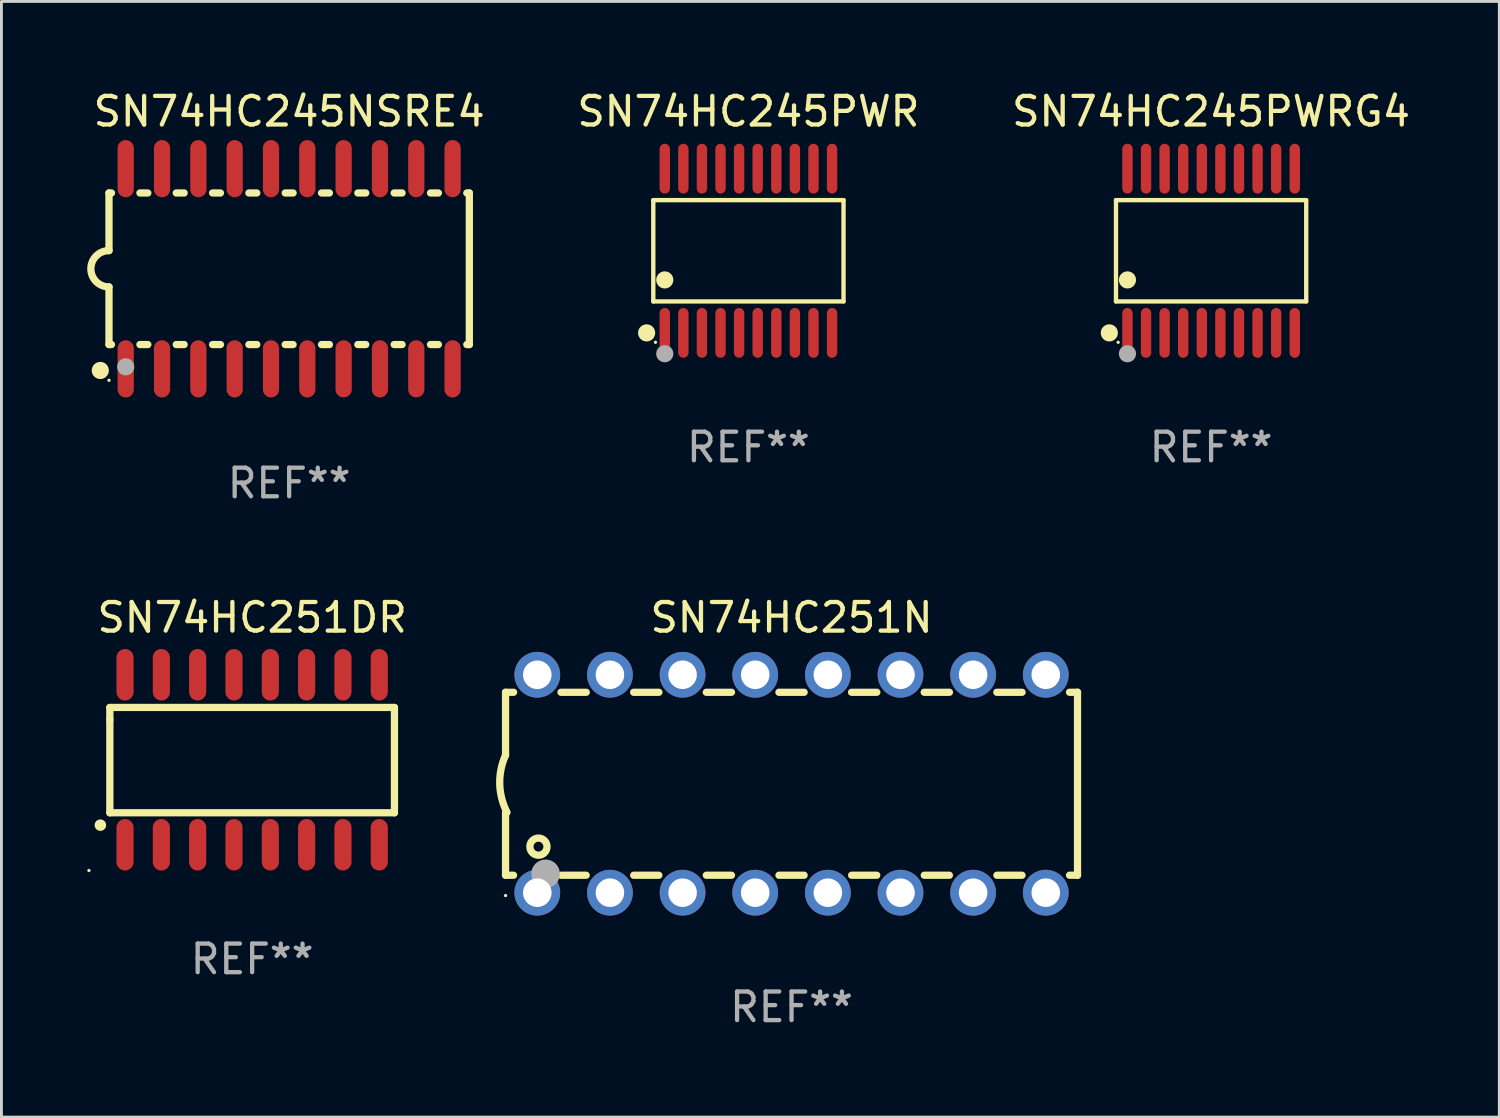
<source format=kicad_pcb>
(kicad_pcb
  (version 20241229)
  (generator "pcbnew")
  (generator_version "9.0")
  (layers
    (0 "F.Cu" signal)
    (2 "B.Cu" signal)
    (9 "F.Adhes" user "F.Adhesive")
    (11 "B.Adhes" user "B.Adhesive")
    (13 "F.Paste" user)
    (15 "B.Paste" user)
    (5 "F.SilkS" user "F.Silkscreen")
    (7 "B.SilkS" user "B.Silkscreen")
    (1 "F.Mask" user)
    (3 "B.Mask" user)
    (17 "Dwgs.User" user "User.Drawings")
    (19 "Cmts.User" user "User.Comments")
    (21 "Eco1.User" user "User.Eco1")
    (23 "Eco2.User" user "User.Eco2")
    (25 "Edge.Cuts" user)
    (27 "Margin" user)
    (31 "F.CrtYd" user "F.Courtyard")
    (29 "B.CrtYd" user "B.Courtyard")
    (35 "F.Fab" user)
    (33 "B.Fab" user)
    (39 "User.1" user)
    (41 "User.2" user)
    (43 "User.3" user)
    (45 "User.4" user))
  (footprint "SN74HC251DR"
    (layer "F.Cu")
    (at 5.767 23.517)
    (property "Reference" "SN74HC251DR" (at 0 -4.972 0) (layer "F.SilkS") (effects (font (size 1 1) (thickness 0.15))))
    (attr through_hole)
    (fp_line (start -4.976 -1.829) (end -4.976 -1.4) (stroke (width 0.254) (type solid)) (layer "F.SilkS"))
    (fp_line (start -4.976 -1.4) (end -4.976 1.854) (stroke (width 0.254) (type solid)) (layer "F.SilkS"))
    (fp_line (start -4.976 1.854) (end 4.976 1.854) (stroke (width 0.254) (type solid)) (layer "F.SilkS"))
    (fp_line (start 4.976 -1.829) (end -4.976 -1.829) (stroke (width 0.254) (type solid)) (layer "F.SilkS"))
    (fp_line (start 4.976 1.854) (end 4.976 -1.829) (stroke (width 0.254) (type solid)) (layer "F.SilkS"))
    (fp_arc (start -5.308611 2.286005) (mid -5.307341 2.286001) (end -5.306071 2.286005) (stroke (width 0.4) (type solid)) (layer "F.SilkS"))
    (fp_circle (center -5.707 3.872) (end -5.677 3.872) (stroke (width 0.06) (type solid)) (fill no) (layer "F.SilkS"))
    (fp_text user "REF**" (at 0 6.972 0) (layer "F.Fab") (effects (font (size 1 1) (thickness 0.15))))
    (pad "1" smd oval (at -4.445 2.972 180) (size 0.6 1.8) (layers "F.Cu" "F.Mask" "F.Paste"))
    (pad "2" smd oval (at -3.175 2.972 180) (size 0.6 1.8) (layers "F.Cu" "F.Mask" "F.Paste"))
    (pad "3" smd oval (at -1.905 2.972 180) (size 0.6 1.8) (layers "F.Cu" "F.Mask" "F.Paste"))
    (pad "4" smd oval (at -0.635 2.972 180) (size 0.6 1.8) (layers "F.Cu" "F.Mask" "F.Paste"))
    (pad "5" smd oval (at 0.635 2.972 180) (size 0.6 1.8) (layers "F.Cu" "F.Mask" "F.Paste"))
    (pad "6" smd oval (at 1.905 2.972 180) (size 0.6 1.8) (layers "F.Cu" "F.Mask" "F.Paste"))
    (pad "7" smd oval (at 3.175 2.972 180) (size 0.6 1.8) (layers "F.Cu" "F.Mask" "F.Paste"))
    (pad "8" smd oval (at 4.445 2.972 180) (size 0.6 1.8) (layers "F.Cu" "F.Mask" "F.Paste"))
    (pad "9" smd oval (at 4.445 -2.972 180) (size 0.6 1.8) (layers "F.Cu" "F.Mask" "F.Paste"))
    (pad "10" smd oval (at 3.175 -2.972 180) (size 0.6 1.8) (layers "F.Cu" "F.Mask" "F.Paste"))
    (pad "11" smd oval (at 1.905 -2.972 180) (size 0.6 1.8) (layers "F.Cu" "F.Mask" "F.Paste"))
    (pad "12" smd oval (at 0.635 -2.972 180) (size 0.6 1.8) (layers "F.Cu" "F.Mask" "F.Paste"))
    (pad "13" smd oval (at -0.635 -2.972 180) (size 0.6 1.8) (layers "F.Cu" "F.Mask" "F.Paste"))
    (pad "14" smd oval (at -1.905 -2.972 180) (size 0.6 1.8) (layers "F.Cu" "F.Mask" "F.Paste"))
    (pad "15" smd oval (at -3.175 -2.972 180) (size 0.6 1.8) (layers "F.Cu" "F.Mask" "F.Paste"))
    (pad "16" smd oval (at -4.445 -2.972 180) (size 0.6 1.8) (layers "F.Cu" "F.Mask" "F.Paste")))
  (footprint "SN74HC245PWRG4"
    (layer "F.Cu")
    (at 39.299 5.719)
    (property "Reference" "SN74HC245PWRG4" (at 0 -4.871 0) (layer "F.SilkS") (effects (font (size 1 1) (thickness 0.15))))
    (attr through_hole)
    (fp_line (start -3.326 -1.771) (end 3.326 -1.771) (stroke (width 0.152) (type solid)) (layer "F.SilkS"))
    (fp_line (start -3.326 1.771) (end -3.326 -1.771) (stroke (width 0.152) (type solid)) (layer "F.SilkS"))
    (fp_line (start 3.326 -1.771) (end 3.326 1.771) (stroke (width 0.152) (type solid)) (layer "F.SilkS"))
    (fp_line (start 3.326 1.771) (end -3.326 1.771) (stroke (width 0.152) (type solid)) (layer "F.SilkS"))
    (fp_circle (center -3.559 2.871) (end -3.409 2.871) (stroke (width 0.3) (type solid)) (fill no) (layer "F.SilkS"))
    (fp_circle (center -3.25 3.2) (end -3.22 3.2) (stroke (width 0.06) (type solid)) (fill no) (layer "F.SilkS"))
    (fp_circle (center -2.925 1.019) (end -2.775 1.019) (stroke (width 0.3) (type solid)) (fill no) (layer "F.SilkS"))
    (fp_circle (center -2.925 3.6) (end -2.775 3.6) (stroke (width 0.3) (type solid)) (fill no) (layer "F.Fab"))
    (fp_text user "REF**" (at 0 6.871 0) (layer "F.Fab") (effects (font (size 1 1) (thickness 0.15))))
    (pad "1" smd oval (at -2.925 2.871) (size 0.364 1.742) (layers "F.Cu" "F.Mask" "F.Paste"))
    (pad "2" smd oval (at -2.275 2.871) (size 0.364 1.742) (layers "F.Cu" "F.Mask" "F.Paste"))
    (pad "3" smd oval (at -1.625 2.871) (size 0.364 1.742) (layers "F.Cu" "F.Mask" "F.Paste"))
    (pad "4" smd oval (at -0.975 2.871) (size 0.364 1.742) (layers "F.Cu" "F.Mask" "F.Paste"))
    (pad "5" smd oval (at -0.325 2.871) (size 0.364 1.742) (layers "F.Cu" "F.Mask" "F.Paste"))
    (pad "6" smd oval (at 0.325 2.871) (size 0.364 1.742) (layers "F.Cu" "F.Mask" "F.Paste"))
    (pad "7" smd oval (at 0.975 2.871) (size 0.364 1.742) (layers "F.Cu" "F.Mask" "F.Paste"))
    (pad "8" smd oval (at 1.625 2.871) (size 0.364 1.742) (layers "F.Cu" "F.Mask" "F.Paste"))
    (pad "9" smd oval (at 2.275 2.871) (size 0.364 1.742) (layers "F.Cu" "F.Mask" "F.Paste"))
    (pad "10" smd oval (at 2.925 2.871) (size 0.364 1.742) (layers "F.Cu" "F.Mask" "F.Paste"))
    (pad "11" smd oval (at 2.925 -2.871) (size 0.364 1.742) (layers "F.Cu" "F.Mask" "F.Paste"))
    (pad "12" smd oval (at 2.275 -2.871) (size 0.364 1.742) (layers "F.Cu" "F.Mask" "F.Paste"))
    (pad "13" smd oval (at 1.625 -2.871) (size 0.364 1.742) (layers "F.Cu" "F.Mask" "F.Paste"))
    (pad "14" smd oval (at 0.975 -2.871) (size 0.364 1.742) (layers "F.Cu" "F.Mask" "F.Paste"))
    (pad "15" smd oval (at 0.325 -2.871) (size 0.364 1.742) (layers "F.Cu" "F.Mask" "F.Paste"))
    (pad "16" smd oval (at -0.325 -2.871) (size 0.364 1.742) (layers "F.Cu" "F.Mask" "F.Paste"))
    (pad "17" smd oval (at -0.975 -2.871) (size 0.364 1.742) (layers "F.Cu" "F.Mask" "F.Paste"))
    (pad "18" smd oval (at -1.625 -2.871) (size 0.364 1.742) (layers "F.Cu" "F.Mask" "F.Paste"))
    (pad "19" smd oval (at -2.275 -2.871) (size 0.364 1.742) (layers "F.Cu" "F.Mask" "F.Paste"))
    (pad "20" smd oval (at -2.925 -2.871) (size 0.364 1.742) (layers "F.Cu" "F.Mask" "F.Paste")))
  (footprint "SN74HC251N"
    (layer "F.Cu")
    (at 24.628 24.355)
    (property "Reference" "SN74HC251N" (at 0 -5.81 0) (layer "F.SilkS") (effects (font (size 1 1) (thickness 0.15))))
    (attr through_hole)
    (fp_line (start -10 -3.198) (end -9.719 -3.198) (stroke (width 0.254) (type solid)) (layer "F.SilkS"))
    (fp_line (start -10 -0.998) (end -10 -3.198) (stroke (width 0.254) (type solid)) (layer "F.SilkS"))
    (fp_line (start -10 3.2) (end -10 1) (stroke (width 0.254) (type solid)) (layer "F.SilkS"))
    (fp_line (start -10 3.2) (end -9.721 3.2) (stroke (width 0.254) (type solid)) (layer "F.SilkS"))
    (fp_line (start -8.061 -3.198) (end -7.179 -3.198) (stroke (width 0.254) (type solid)) (layer "F.SilkS"))
    (fp_line (start -8.059 3.2) (end -7.181 3.2) (stroke (width 0.254) (type solid)) (layer "F.SilkS"))
    (fp_line (start -5.521 -3.198) (end -4.639 -3.198) (stroke (width 0.254) (type solid)) (layer "F.SilkS"))
    (fp_line (start -5.519 3.2) (end -4.641 3.2) (stroke (width 0.254) (type solid)) (layer "F.SilkS"))
    (fp_line (start -2.981 -3.198) (end -2.099 -3.198) (stroke (width 0.254) (type solid)) (layer "F.SilkS"))
    (fp_line (start -2.979 3.2) (end -2.101 3.2) (stroke (width 0.254) (type solid)) (layer "F.SilkS"))
    (fp_line (start -0.441 -3.198) (end 0.441 -3.198) (stroke (width 0.254) (type solid)) (layer "F.SilkS"))
    (fp_line (start -0.439 3.2) (end 0.439 3.2) (stroke (width 0.254) (type solid)) (layer "F.SilkS"))
    (fp_line (start 2.099 -3.198) (end 2.981 -3.198) (stroke (width 0.254) (type solid)) (layer "F.SilkS"))
    (fp_line (start 2.101 3.2) (end 2.979 3.2) (stroke (width 0.254) (type solid)) (layer "F.SilkS"))
    (fp_line (start 4.639 -3.198) (end 5.521 -3.198) (stroke (width 0.254) (type solid)) (layer "F.SilkS"))
    (fp_line (start 4.641 3.2) (end 5.519 3.2) (stroke (width 0.254) (type solid)) (layer "F.SilkS"))
    (fp_line (start 7.179 -3.198) (end 8.061 -3.198) (stroke (width 0.254) (type solid)) (layer "F.SilkS"))
    (fp_line (start 7.181 3.2) (end 8.059 3.2) (stroke (width 0.254) (type solid)) (layer "F.SilkS"))
    (fp_line (start 9.719 -3.198) (end 10 -3.198) (stroke (width 0.254) (type solid)) (layer "F.SilkS"))
    (fp_line (start 9.721 3.2) (end 10 3.2) (stroke (width 0.254) (type solid)) (layer "F.SilkS"))
    (fp_line (start 10 3.2) (end 10 -3.2) (stroke (width 0.254) (type solid)) (layer "F.SilkS"))
    (fp_arc (start -9.949962 1) (mid -10.203153 0.005709) (end -10 -1) (stroke (width 0.254001) (type solid)) (layer "F.SilkS"))
    (fp_circle (center -10 3.91) (end -9.97 3.91) (stroke (width 0.06) (type solid)) (fill no) (layer "F.SilkS"))
    (fp_circle (center -8.85 2.2) (end -8.55 2.2) (stroke (width 0.254) (type solid)) (fill no) (layer "F.SilkS"))
    (fp_circle (center -8.6 3.15) (end -8.35 3.15) (stroke (width 0.5) (type solid)) (fill no) (layer "F.Fab"))
    (fp_text user "REF**" (at 0 7.81 0) (layer "F.Fab") (effects (font (size 1 1) (thickness 0.15))))
    (pad "1" thru_hole circle (at -8.89 3.81) (size 1.6 1.6) (drill 1) (layers "*.Cu" "*.Mask"))
    (pad "2" thru_hole circle (at -6.35 3.81) (size 1.6 1.6) (drill 1) (layers "*.Cu" "*.Mask"))
    (pad "3" thru_hole circle (at -3.81 3.81) (size 1.6 1.6) (drill 1) (layers "*.Cu" "*.Mask"))
    (pad "4" thru_hole circle (at -1.27 3.81) (size 1.6 1.6) (drill 1) (layers "*.Cu" "*.Mask"))
    (pad "5" thru_hole circle (at 1.27 3.81) (size 1.6 1.6) (drill 1) (layers "*.Cu" "*.Mask"))
    (pad "6" thru_hole circle (at 3.81 3.81) (size 1.6 1.6) (drill 1) (layers "*.Cu" "*.Mask"))
    (pad "7" thru_hole circle (at 6.35 3.81) (size 1.6 1.6) (drill 1) (layers "*.Cu" "*.Mask"))
    (pad "8" thru_hole circle (at 8.89 3.81) (size 1.6 1.6) (drill 1) (layers "*.Cu" "*.Mask"))
    (pad "9" thru_hole circle (at 8.89 -3.81) (size 1.6 1.6) (drill 1) (layers "*.Cu" "*.Mask"))
    (pad "10" thru_hole circle (at 6.35 -3.81) (size 1.6 1.6) (drill 1) (layers "*.Cu" "*.Mask"))
    (pad "11" thru_hole circle (at 3.81 -3.81) (size 1.6 1.6) (drill 1) (layers "*.Cu" "*.Mask"))
    (pad "12" thru_hole circle (at 1.27 -3.81) (size 1.6 1.6) (drill 1) (layers "*.Cu" "*.Mask"))
    (pad "13" thru_hole circle (at -1.27 -3.81) (size 1.6 1.6) (drill 1) (layers "*.Cu" "*.Mask"))
    (pad "14" thru_hole circle (at -3.81 -3.81) (size 1.6 1.6) (drill 1) (layers "*.Cu" "*.Mask"))
    (pad "15" thru_hole circle (at -6.35 -3.81) (size 1.6 1.6) (drill 1) (layers "*.Cu" "*.Mask"))
    (pad "16" thru_hole circle (at -8.89 -3.81) (size 1.6 1.6) (drill 1) (layers "*.Cu" "*.Mask")))
  (footprint "SN74HC245NSRE4"
    (layer "F.Cu")
    (at 7.061 6.348)
    (property "Reference" "SN74HC245NSRE4" (at 0 -5.5 0) (layer "F.SilkS") (effects (font (size 1 1) (thickness 0.15))))
    (attr through_hole)
    (fp_line (start -6.3 -2.65) (end -6.3 -0.635) (stroke (width 0.254) (type solid)) (layer "F.SilkS"))
    (fp_line (start -6.3 -2.65) (end -6.212 -2.65) (stroke (width 0.254) (type solid)) (layer "F.SilkS"))
    (fp_line (start -6.3 2.65) (end -6.3 0.635) (stroke (width 0.254) (type solid)) (layer "F.SilkS"))
    (fp_line (start -6.3 2.65) (end -6.212 2.65) (stroke (width 0.254) (type solid)) (layer "F.SilkS"))
    (fp_line (start -5.218 -2.65) (end -4.942 -2.65) (stroke (width 0.254) (type solid)) (layer "F.SilkS"))
    (fp_line (start -5.218 2.65) (end -4.942 2.65) (stroke (width 0.254) (type solid)) (layer "F.SilkS"))
    (fp_line (start -3.948 -2.65) (end -3.672 -2.65) (stroke (width 0.254) (type solid)) (layer "F.SilkS"))
    (fp_line (start -3.948 2.65) (end -3.672 2.65) (stroke (width 0.254) (type solid)) (layer "F.SilkS"))
    (fp_line (start -2.678 -2.65) (end -2.402 -2.65) (stroke (width 0.254) (type solid)) (layer "F.SilkS"))
    (fp_line (start -2.678 2.65) (end -2.402 2.65) (stroke (width 0.254) (type solid)) (layer "F.SilkS"))
    (fp_line (start -1.408 -2.65) (end -1.132 -2.65) (stroke (width 0.254) (type solid)) (layer "F.SilkS"))
    (fp_line (start -1.408 2.65) (end -1.132 2.65) (stroke (width 0.254) (type solid)) (layer "F.SilkS"))
    (fp_line (start -0.138 -2.65) (end 0.138 -2.65) (stroke (width 0.254) (type solid)) (layer "F.SilkS"))
    (fp_line (start -0.138 2.65) (end 0.138 2.65) (stroke (width 0.254) (type solid)) (layer "F.SilkS"))
    (fp_line (start 1.132 -2.65) (end 1.408 -2.65) (stroke (width 0.254) (type solid)) (layer "F.SilkS"))
    (fp_line (start 1.132 2.65) (end 1.408 2.65) (stroke (width 0.254) (type solid)) (layer "F.SilkS"))
    (fp_line (start 2.402 -2.65) (end 2.678 -2.65) (stroke (width 0.254) (type solid)) (layer "F.SilkS"))
    (fp_line (start 2.402 2.65) (end 2.678 2.65) (stroke (width 0.254) (type solid)) (layer "F.SilkS"))
    (fp_line (start 3.672 -2.65) (end 3.948 -2.65) (stroke (width 0.254) (type solid)) (layer "F.SilkS"))
    (fp_line (start 3.672 2.65) (end 3.948 2.65) (stroke (width 0.254) (type solid)) (layer "F.SilkS"))
    (fp_line (start 4.942 -2.65) (end 5.218 -2.65) (stroke (width 0.254) (type solid)) (layer "F.SilkS"))
    (fp_line (start 4.942 2.65) (end 5.218 2.65) (stroke (width 0.254) (type solid)) (layer "F.SilkS"))
    (fp_line (start 6.212 -2.65) (end 6.3 -2.65) (stroke (width 0.254) (type solid)) (layer "F.SilkS"))
    (fp_line (start 6.212 2.65) (end 6.3 2.65) (stroke (width 0.254) (type solid)) (layer "F.SilkS"))
    (fp_line (start 6.3 -2.65) (end 6.3 2.65) (stroke (width 0.254) (type solid)) (layer "F.SilkS"))
    (fp_arc (start -6.299975 0.634874) (mid -6.933579 0.000127) (end -6.299213 -0.633858) (stroke (width 0.254001) (type solid)) (layer "F.SilkS"))
    (fp_circle (center -6.604 3.556) (end -6.454 3.556) (stroke (width 0.3) (type solid)) (fill no) (layer "F.SilkS"))
    (fp_circle (center -6.3 3.9) (end -6.27 3.9) (stroke (width 0.06) (type solid)) (fill no) (layer "F.SilkS"))
    (fp_circle (center -5.715 3.429) (end -5.565 3.429) (stroke (width 0.3) (type solid)) (fill no) (layer "F.Fab"))
    (fp_text user "REF**" (at 0 7.5 0) (layer "F.Fab") (effects (font (size 1 1) (thickness 0.15))))
    (pad "1" smd oval (at -5.715 3.5) (size 0.568 2) (layers "F.Cu" "F.Mask" "F.Paste"))
    (pad "2" smd oval (at -4.445 3.5) (size 0.568 2) (layers "F.Cu" "F.Mask" "F.Paste"))
    (pad "3" smd oval (at -3.175 3.5) (size 0.568 2) (layers "F.Cu" "F.Mask" "F.Paste"))
    (pad "4" smd oval (at -1.905 3.5) (size 0.568 2) (layers "F.Cu" "F.Mask" "F.Paste"))
    (pad "5" smd oval (at -0.635 3.5) (size 0.568 2) (layers "F.Cu" "F.Mask" "F.Paste"))
    (pad "6" smd oval (at 0.635 3.5) (size 0.568 2) (layers "F.Cu" "F.Mask" "F.Paste"))
    (pad "7" smd oval (at 1.905 3.5) (size 0.568 2) (layers "F.Cu" "F.Mask" "F.Paste"))
    (pad "8" smd oval (at 3.175 3.5) (size 0.568 2) (layers "F.Cu" "F.Mask" "F.Paste"))
    (pad "9" smd oval (at 4.445 3.5) (size 0.568 2) (layers "F.Cu" "F.Mask" "F.Paste"))
    (pad "10" smd oval (at 5.715 3.5) (size 0.568 2) (layers "F.Cu" "F.Mask" "F.Paste"))
    (pad "11" smd oval (at 5.715 -3.5) (size 0.568 2) (layers "F.Cu" "F.Mask" "F.Paste"))
    (pad "12" smd oval (at 4.445 -3.5) (size 0.568 2) (layers "F.Cu" "F.Mask" "F.Paste"))
    (pad "13" smd oval (at 3.175 -3.5) (size 0.568 2) (layers "F.Cu" "F.Mask" "F.Paste"))
    (pad "14" smd oval (at 1.905 -3.5) (size 0.568 2) (layers "F.Cu" "F.Mask" "F.Paste"))
    (pad "15" smd oval (at 0.635 -3.5) (size 0.568 2) (layers "F.Cu" "F.Mask" "F.Paste"))
    (pad "16" smd oval (at -0.635 -3.5) (size 0.568 2) (layers "F.Cu" "F.Mask" "F.Paste"))
    (pad "17" smd oval (at -1.905 -3.5) (size 0.568 2) (layers "F.Cu" "F.Mask" "F.Paste"))
    (pad "18" smd oval (at -3.175 -3.5) (size 0.568 2) (layers "F.Cu" "F.Mask" "F.Paste"))
    (pad "19" smd oval (at -4.445 -3.5) (size 0.568 2) (layers "F.Cu" "F.Mask" "F.Paste"))
    (pad "20" smd oval (at -5.715 -3.5) (size 0.568 2) (layers "F.Cu" "F.Mask" "F.Paste")))
  (footprint "SN74HC245PWR"
    (layer "F.Cu")
    (at 23.12 5.719)
    (property "Reference" "SN74HC245PWR" (at 0 -4.871 0) (layer "F.SilkS") (effects (font (size 1 1) (thickness 0.15))))
    (attr through_hole)
    (fp_line (start -3.326 -1.771) (end 3.326 -1.771) (stroke (width 0.152) (type solid)) (layer "F.SilkS"))
    (fp_line (start -3.326 1.771) (end -3.326 -1.771) (stroke (width 0.152) (type solid)) (layer "F.SilkS"))
    (fp_line (start 3.326 -1.771) (end 3.326 1.771) (stroke (width 0.152) (type solid)) (layer "F.SilkS"))
    (fp_line (start 3.326 1.771) (end -3.326 1.771) (stroke (width 0.152) (type solid)) (layer "F.SilkS"))
    (fp_circle (center -3.559 2.871) (end -3.409 2.871) (stroke (width 0.3) (type solid)) (fill no) (layer "F.SilkS"))
    (fp_circle (center -3.25 3.2) (end -3.22 3.2) (stroke (width 0.06) (type solid)) (fill no) (layer "F.SilkS"))
    (fp_circle (center -2.925 1.019) (end -2.775 1.019) (stroke (width 0.3) (type solid)) (fill no) (layer "F.SilkS"))
    (fp_circle (center -2.925 3.6) (end -2.775 3.6) (stroke (width 0.3) (type solid)) (fill no) (layer "F.Fab"))
    (fp_text user "REF**" (at 0 6.871 0) (layer "F.Fab") (effects (font (size 1 1) (thickness 0.15))))
    (pad "1" smd oval (at -2.925 2.871) (size 0.364 1.742) (layers "F.Cu" "F.Mask" "F.Paste"))
    (pad "2" smd oval (at -2.275 2.871) (size 0.364 1.742) (layers "F.Cu" "F.Mask" "F.Paste"))
    (pad "3" smd oval (at -1.625 2.871) (size 0.364 1.742) (layers "F.Cu" "F.Mask" "F.Paste"))
    (pad "4" smd oval (at -0.975 2.871) (size 0.364 1.742) (layers "F.Cu" "F.Mask" "F.Paste"))
    (pad "5" smd oval (at -0.325 2.871) (size 0.364 1.742) (layers "F.Cu" "F.Mask" "F.Paste"))
    (pad "6" smd oval (at 0.325 2.871) (size 0.364 1.742) (layers "F.Cu" "F.Mask" "F.Paste"))
    (pad "7" smd oval (at 0.975 2.871) (size 0.364 1.742) (layers "F.Cu" "F.Mask" "F.Paste"))
    (pad "8" smd oval (at 1.625 2.871) (size 0.364 1.742) (layers "F.Cu" "F.Mask" "F.Paste"))
    (pad "9" smd oval (at 2.275 2.871) (size 0.364 1.742) (layers "F.Cu" "F.Mask" "F.Paste"))
    (pad "10" smd oval (at 2.925 2.871) (size 0.364 1.742) (layers "F.Cu" "F.Mask" "F.Paste"))
    (pad "11" smd oval (at 2.925 -2.871) (size 0.364 1.742) (layers "F.Cu" "F.Mask" "F.Paste"))
    (pad "12" smd oval (at 2.275 -2.871) (size 0.364 1.742) (layers "F.Cu" "F.Mask" "F.Paste"))
    (pad "13" smd oval (at 1.625 -2.871) (size 0.364 1.742) (layers "F.Cu" "F.Mask" "F.Paste"))
    (pad "14" smd oval (at 0.975 -2.871) (size 0.364 1.742) (layers "F.Cu" "F.Mask" "F.Paste"))
    (pad "15" smd oval (at 0.325 -2.871) (size 0.364 1.742) (layers "F.Cu" "F.Mask" "F.Paste"))
    (pad "16" smd oval (at -0.325 -2.871) (size 0.364 1.742) (layers "F.Cu" "F.Mask" "F.Paste"))
    (pad "17" smd oval (at -0.975 -2.871) (size 0.364 1.742) (layers "F.Cu" "F.Mask" "F.Paste"))
    (pad "18" smd oval (at -1.625 -2.871) (size 0.364 1.742) (layers "F.Cu" "F.Mask" "F.Paste"))
    (pad "19" smd oval (at -2.275 -2.871) (size 0.364 1.742) (layers "F.Cu" "F.Mask" "F.Paste"))
    (pad "20" smd oval (at -2.925 -2.871) (size 0.364 1.742) (layers "F.Cu" "F.Mask" "F.Paste")))
  (gr_rect
    (start -3 -3)
    (end 49.376 36.013)
    (stroke (width 0.1) (type default))
    (fill no)
    (layer "Edge.Cuts")))
</source>
